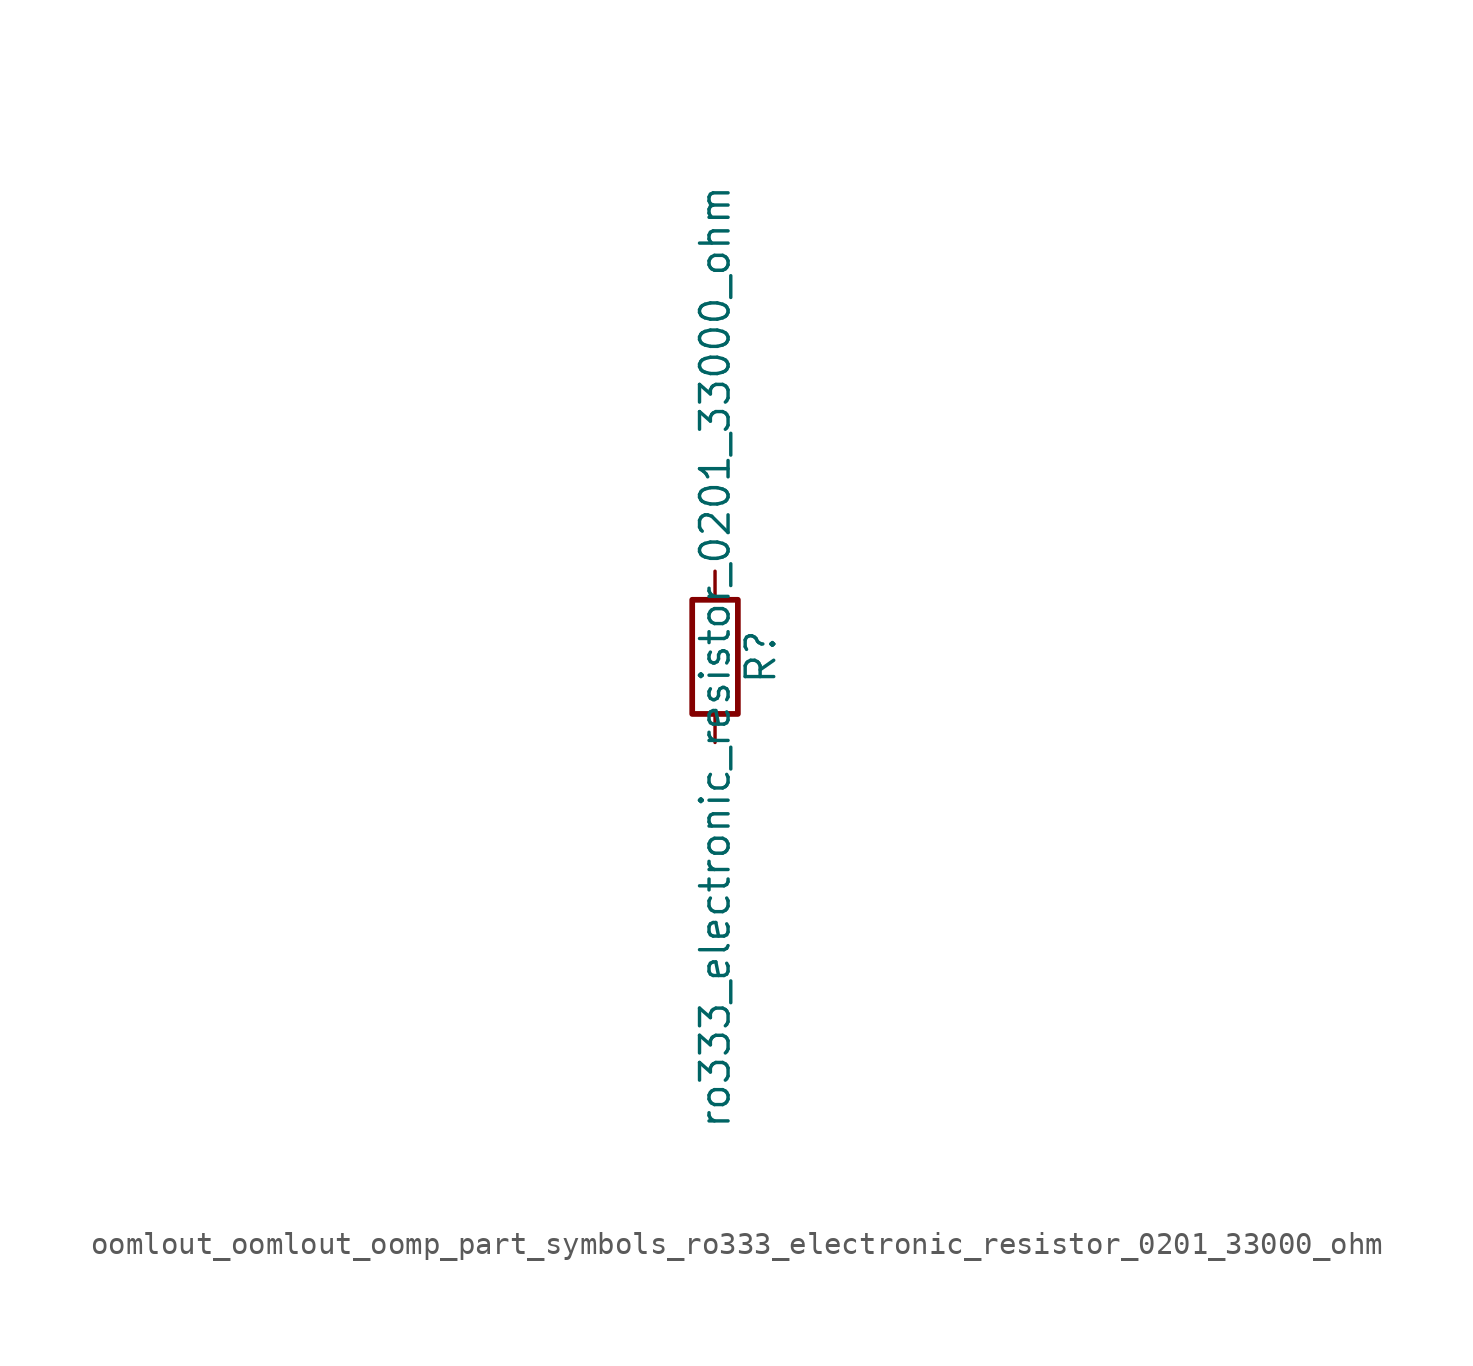
<source format=kicad_sym>
(kicad_symbol_lib
  (version 20220914)
  (generator kicad_symbol_editor)
  (symbol "oomlout_oomlout_oomp_part_symbols_ro333_electronic_resistor_0201_33000_ohm"
    (pin_numbers hide)
    (pin_names
      (offset 0))
    (property "Reference" "R"
      (at 2.032 0 90)
      (effects (font (size 1.27 1.27))))
    (property "Value" "ro333_electronic_resistor_0201_33000_ohm"
      (at 0 0 90)
      (effects (font (size 1.27 1.27))))
    (symbol "oomlout_oomlout_oomp_part_symbols_ro333_electronic_resistor_0201_33000_ohm_0_1"
      (rectangle (start -1.016 -2.54) (end 1.016 2.54) (stroke (width 0.254) (type default)) (fill (type none))))
    (symbol "oomlout_oomlout_oomp_part_symbols_ro333_electronic_resistor_0201_33000_ohm_1_1"
      (pin passive line (at 0 3.81 270) (length 1.27) (name "~" (effects (font (size 1.27 1.27)))) (number "1" (effects (font (size 1.27 1.27)))))
      (pin passive line (at 0 -3.81 90) (length 1.27) (name "~" (effects (font (size 1.27 1.27)))) (number "2" (effects (font (size 1.27 1.27))))))))
</source>
